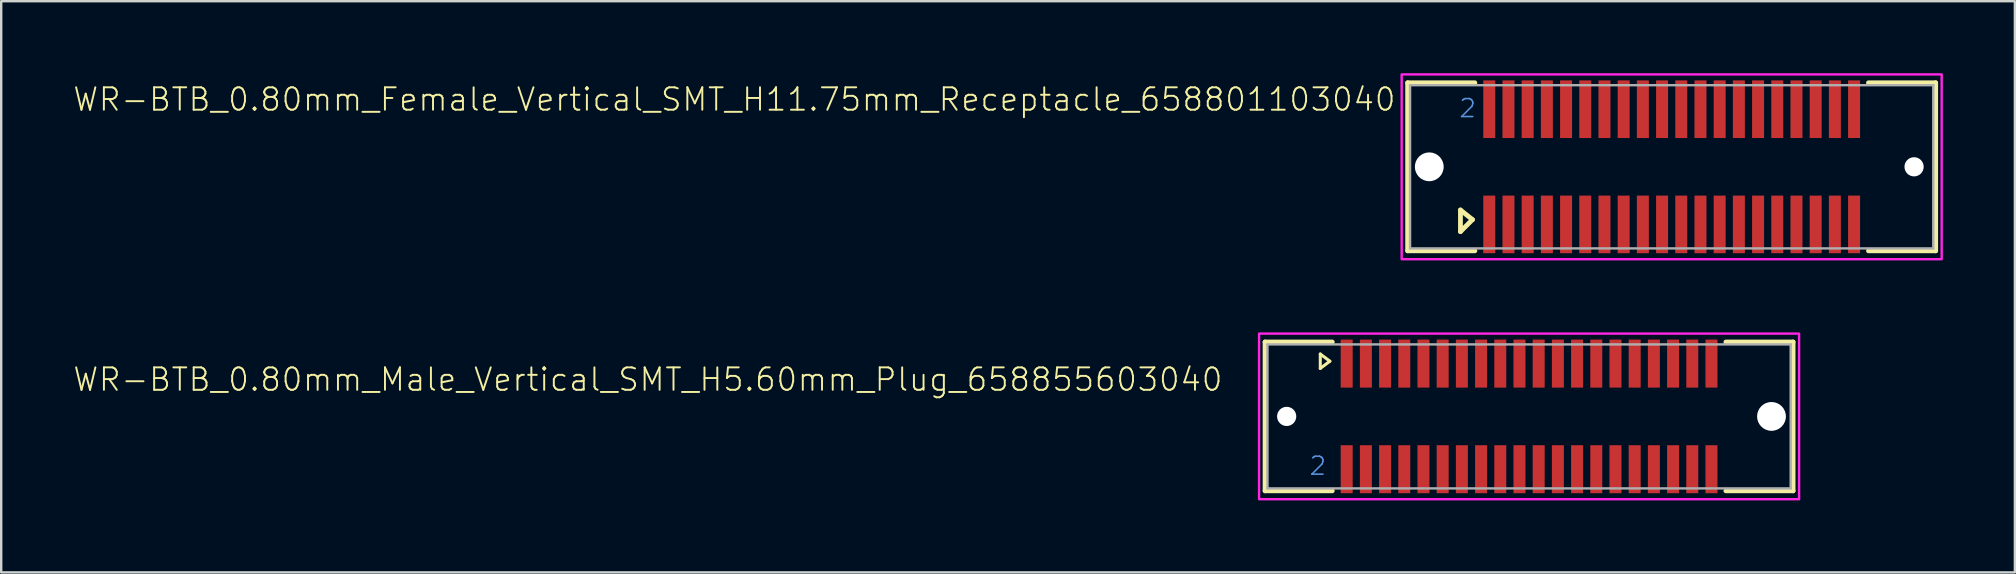
<source format=kicad_pcb>
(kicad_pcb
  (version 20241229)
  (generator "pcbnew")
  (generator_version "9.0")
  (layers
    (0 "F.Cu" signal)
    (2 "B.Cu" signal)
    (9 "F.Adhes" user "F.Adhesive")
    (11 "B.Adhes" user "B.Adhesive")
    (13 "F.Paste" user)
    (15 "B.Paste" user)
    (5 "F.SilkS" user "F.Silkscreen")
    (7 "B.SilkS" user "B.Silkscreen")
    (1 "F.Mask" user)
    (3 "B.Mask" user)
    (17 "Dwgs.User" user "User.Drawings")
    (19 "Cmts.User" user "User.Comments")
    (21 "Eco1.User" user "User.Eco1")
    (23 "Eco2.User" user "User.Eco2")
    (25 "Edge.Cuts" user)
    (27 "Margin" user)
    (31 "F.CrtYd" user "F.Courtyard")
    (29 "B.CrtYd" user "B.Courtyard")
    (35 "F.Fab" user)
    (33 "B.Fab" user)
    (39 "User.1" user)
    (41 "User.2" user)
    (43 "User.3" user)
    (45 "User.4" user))
  (footprint "WR-BTB_0.80mm_Female_Vertical_SMT_H11.75mm_Receptacle_658801103040"
    (layer "F.Cu")
    (at 66.601 3.9)
    (property "Reference" "WR-BTB_0.80mm_Female_Vertical_SMT_H11.75mm_Receptacle_658801103040" (at -11.44 -2.26 0) (layer "F.SilkS") (effects (font (size 0.935 0.935) (thickness 0.081)) (justify right bottom)))
    (fp_line (start -11 -3.5) (end -11 3.5) (stroke (width 0.2) (type solid)) (layer "F.SilkS"))
    (fp_line (start -11 3.5) (end -8.2 3.5) (stroke (width 0.2) (type solid)) (layer "F.SilkS"))
    (fp_line (start -8.8 1.8) (end -8.8 2.7) (stroke (width 0.2) (type solid)) (layer "F.SilkS"))
    (fp_line (start -8.8 2.7) (end -8.3 2.2) (stroke (width 0.2) (type solid)) (layer "F.SilkS"))
    (fp_line (start -8.3 2.2) (end -8.8 1.8) (stroke (width 0.2) (type solid)) (layer "F.SilkS"))
    (fp_line (start -8.2 -3.5) (end -11 -3.5) (stroke (width 0.2) (type solid)) (layer "F.SilkS"))
    (fp_line (start 8.2 -3.5) (end 11 -3.5) (stroke (width 0.2) (type solid)) (layer "F.SilkS"))
    (fp_line (start 11 -3.5) (end 11 3.5) (stroke (width 0.2) (type solid)) (layer "F.SilkS"))
    (fp_line (start 11 3.5) (end 8.2 3.5) (stroke (width 0.2) (type solid)) (layer "F.SilkS"))
    (fp_poly (pts (xy 11.25 3.85) (xy -11.25 3.85) (xy -11.25 -3.85) (xy 11.25 -3.85)) (stroke (width 0.1) (type solid)) (fill no) (layer "F.CrtYd"))
    (fp_line (start -10.9 -3.4) (end 10.9 -3.4) (stroke (width 0.1) (type solid)) (layer "F.Fab"))
    (fp_line (start -10.9 3.4) (end -10.9 -3.4) (stroke (width 0.1) (type solid)) (layer "F.Fab"))
    (fp_line (start 10.9 -3.4) (end 10.9 3.4) (stroke (width 0.1) (type solid)) (layer "F.Fab"))
    (fp_line (start 10.9 3.4) (end -10.9 3.4) (stroke (width 0.1) (type solid)) (layer "F.Fab"))
    (fp_text user "2" (at -8.9 -2 0) (layer "Cmts.User") (effects (font (size 0.748 0.748) (thickness 0.065)) (justify left bottom)))
    (pad "" np_thru_hole circle (at -10.1 0) (size 1.2 1.2) (drill 1.2) (layers "*.Cu" "*.Mask"))
    (pad "" np_thru_hole circle (at 10.1 0) (size 0.8 0.8) (drill 0.8) (layers "*.Cu" "*.Mask"))
    (pad "1" smd rect (at -7.6 2.4 270) (size 2.4 0.5) (layers "F.Cu" "F.Mask" "F.Paste"))
    (pad "2" smd rect (at -7.6 -2.4 270) (size 2.4 0.5) (layers "F.Cu" "F.Mask" "F.Paste"))
    (pad "3" smd rect (at -6.8 2.4 270) (size 2.4 0.5) (layers "F.Cu" "F.Mask" "F.Paste"))
    (pad "4" smd rect (at -6.8 -2.4 270) (size 2.4 0.5) (layers "F.Cu" "F.Mask" "F.Paste"))
    (pad "5" smd rect (at -6 2.4 270) (size 2.4 0.5) (layers "F.Cu" "F.Mask" "F.Paste"))
    (pad "6" smd rect (at -6 -2.4 270) (size 2.4 0.5) (layers "F.Cu" "F.Mask" "F.Paste"))
    (pad "7" smd rect (at -5.2 2.4 270) (size 2.4 0.5) (layers "F.Cu" "F.Mask" "F.Paste"))
    (pad "8" smd rect (at -5.2 -2.4 270) (size 2.4 0.5) (layers "F.Cu" "F.Mask" "F.Paste"))
    (pad "9" smd rect (at -4.4 2.4 270) (size 2.4 0.5) (layers "F.Cu" "F.Mask" "F.Paste"))
    (pad "10" smd rect (at -4.4 -2.4 270) (size 2.4 0.5) (layers "F.Cu" "F.Mask" "F.Paste"))
    (pad "11" smd rect (at -3.6 2.4 270) (size 2.4 0.5) (layers "F.Cu" "F.Mask" "F.Paste"))
    (pad "12" smd rect (at -3.6 -2.4 270) (size 2.4 0.5) (layers "F.Cu" "F.Mask" "F.Paste"))
    (pad "13" smd rect (at -2.8 2.4 270) (size 2.4 0.5) (layers "F.Cu" "F.Mask" "F.Paste"))
    (pad "14" smd rect (at -2.8 -2.4 270) (size 2.4 0.5) (layers "F.Cu" "F.Mask" "F.Paste"))
    (pad "15" smd rect (at -2 2.4 270) (size 2.4 0.5) (layers "F.Cu" "F.Mask" "F.Paste"))
    (pad "16" smd rect (at -2 -2.4 270) (size 2.4 0.5) (layers "F.Cu" "F.Mask" "F.Paste"))
    (pad "17" smd rect (at -1.2 2.4 270) (size 2.4 0.5) (layers "F.Cu" "F.Mask" "F.Paste"))
    (pad "18" smd rect (at -1.2 -2.4 270) (size 2.4 0.5) (layers "F.Cu" "F.Mask" "F.Paste"))
    (pad "19" smd rect (at -0.4 2.4 270) (size 2.4 0.5) (layers "F.Cu" "F.Mask" "F.Paste"))
    (pad "20" smd rect (at -0.4 -2.4 270) (size 2.4 0.5) (layers "F.Cu" "F.Mask" "F.Paste"))
    (pad "21" smd rect (at 0.4 2.4 270) (size 2.4 0.5) (layers "F.Cu" "F.Mask" "F.Paste"))
    (pad "22" smd rect (at 0.4 -2.4 270) (size 2.4 0.5) (layers "F.Cu" "F.Mask" "F.Paste"))
    (pad "23" smd rect (at 1.2 2.4 270) (size 2.4 0.5) (layers "F.Cu" "F.Mask" "F.Paste"))
    (pad "24" smd rect (at 1.2 -2.4 270) (size 2.4 0.5) (layers "F.Cu" "F.Mask" "F.Paste"))
    (pad "25" smd rect (at 2 2.4 270) (size 2.4 0.5) (layers "F.Cu" "F.Mask" "F.Paste"))
    (pad "26" smd rect (at 2 -2.4 270) (size 2.4 0.5) (layers "F.Cu" "F.Mask" "F.Paste"))
    (pad "27" smd rect (at 2.8 2.4 270) (size 2.4 0.5) (layers "F.Cu" "F.Mask" "F.Paste"))
    (pad "28" smd rect (at 2.8 -2.4 270) (size 2.4 0.5) (layers "F.Cu" "F.Mask" "F.Paste"))
    (pad "29" smd rect (at 3.6 2.4 270) (size 2.4 0.5) (layers "F.Cu" "F.Mask" "F.Paste"))
    (pad "30" smd rect (at 3.6 -2.4 270) (size 2.4 0.5) (layers "F.Cu" "F.Mask" "F.Paste"))
    (pad "31" smd rect (at 4.4 2.4 270) (size 2.4 0.5) (layers "F.Cu" "F.Mask" "F.Paste"))
    (pad "32" smd rect (at 4.4 -2.4 270) (size 2.4 0.5) (layers "F.Cu" "F.Mask" "F.Paste"))
    (pad "33" smd rect (at 5.2 2.4 270) (size 2.4 0.5) (layers "F.Cu" "F.Mask" "F.Paste"))
    (pad "34" smd rect (at 5.2 -2.4 270) (size 2.4 0.5) (layers "F.Cu" "F.Mask" "F.Paste"))
    (pad "35" smd rect (at 6 2.4 270) (size 2.4 0.5) (layers "F.Cu" "F.Mask" "F.Paste"))
    (pad "36" smd rect (at 6 -2.4 270) (size 2.4 0.5) (layers "F.Cu" "F.Mask" "F.Paste"))
    (pad "37" smd rect (at 6.8 2.4 270) (size 2.4 0.5) (layers "F.Cu" "F.Mask" "F.Paste"))
    (pad "38" smd rect (at 6.8 -2.4 270) (size 2.4 0.5) (layers "F.Cu" "F.Mask" "F.Paste"))
    (pad "39" smd rect (at 7.6 2.4 270) (size 2.4 0.5) (layers "F.Cu" "F.Mask" "F.Paste"))
    (pad "40" smd rect (at 7.6 -2.4 270) (size 2.4 0.5) (layers "F.Cu" "F.Mask" "F.Paste")))
  (footprint "WR-BTB_0.80mm_Male_Vertical_SMT_H5.60mm_Plug_658855603040"
    (layer "F.Cu")
    (at 60.66 14.3)
    (property "Reference" "WR-BTB_0.80mm_Male_Vertical_SMT_H5.60mm_Plug_658855603040" (at -12.71 -0.99 0) (layer "F.SilkS") (effects (font (size 0.935 0.935) (thickness 0.081)) (justify right bottom)))
    (fp_line (start -11 -3.1) (end -11 3.1) (stroke (width 0.2) (type solid)) (layer "F.SilkS"))
    (fp_line (start -11 3.1) (end -8.2 3.1) (stroke (width 0.2) (type solid)) (layer "F.SilkS"))
    (fp_line (start -8.7 -2.6) (end -8.7 -2) (stroke (width 0.127) (type solid)) (layer "F.SilkS"))
    (fp_line (start -8.7 -2) (end -8.3 -2.3) (stroke (width 0.127) (type solid)) (layer "F.SilkS"))
    (fp_line (start -8.3 -2.3) (end -8.7 -2.6) (stroke (width 0.127) (type solid)) (layer "F.SilkS"))
    (fp_line (start -8.2 -3.1) (end -11 -3.1) (stroke (width 0.2) (type solid)) (layer "F.SilkS"))
    (fp_line (start 8.2 -3.1) (end 11 -3.1) (stroke (width 0.2) (type solid)) (layer "F.SilkS"))
    (fp_line (start 11 -3.1) (end 11 3.1) (stroke (width 0.2) (type solid)) (layer "F.SilkS"))
    (fp_line (start 11 3.1) (end 8.2 3.1) (stroke (width 0.2) (type solid)) (layer "F.SilkS"))
    (fp_poly (pts (xy 11.25 3.45) (xy -11.25 3.45) (xy -11.25 -3.45) (xy 11.25 -3.45)) (stroke (width 0.1) (type solid)) (fill no) (layer "F.CrtYd"))
    (fp_line (start -10.9 -3) (end 10.9 -3) (stroke (width 0.1) (type solid)) (layer "F.Fab"))
    (fp_line (start -10.9 3) (end -10.9 -3) (stroke (width 0.1) (type solid)) (layer "F.Fab"))
    (fp_line (start 10.9 -3) (end 10.9 3) (stroke (width 0.1) (type solid)) (layer "F.Fab"))
    (fp_line (start 10.9 3) (end -10.9 3) (stroke (width 0.1) (type solid)) (layer "F.Fab"))
    (fp_text user "2" (at -9.2 2.5 0) (layer "Cmts.User") (effects (font (size 0.748 0.748) (thickness 0.065)) (justify left bottom)))
    (pad "" np_thru_hole circle (at -10.1 0) (size 0.8 0.8) (drill 0.8) (layers "*.Cu" "*.Mask"))
    (pad "" np_thru_hole circle (at 10.1 0) (size 1.2 1.2) (drill 1.2) (layers "*.Cu" "*.Mask"))
    (pad "1" smd rect (at -7.6 -2.2 90) (size 2 0.5) (layers "F.Cu" "F.Mask" "F.Paste"))
    (pad "2" smd rect (at -7.6 2.2 90) (size 2 0.5) (layers "F.Cu" "F.Mask" "F.Paste"))
    (pad "3" smd rect (at -6.8 -2.2 90) (size 2 0.5) (layers "F.Cu" "F.Mask" "F.Paste"))
    (pad "4" smd rect (at -6.8 2.2 90) (size 2 0.5) (layers "F.Cu" "F.Mask" "F.Paste"))
    (pad "5" smd rect (at -6 -2.2 90) (size 2 0.5) (layers "F.Cu" "F.Mask" "F.Paste"))
    (pad "6" smd rect (at -6 2.2 90) (size 2 0.5) (layers "F.Cu" "F.Mask" "F.Paste"))
    (pad "7" smd rect (at -5.2 -2.2 90) (size 2 0.5) (layers "F.Cu" "F.Mask" "F.Paste"))
    (pad "8" smd rect (at -5.2 2.2 90) (size 2 0.5) (layers "F.Cu" "F.Mask" "F.Paste"))
    (pad "9" smd rect (at -4.4 -2.2 90) (size 2 0.5) (layers "F.Cu" "F.Mask" "F.Paste"))
    (pad "10" smd rect (at -4.4 2.2 90) (size 2 0.5) (layers "F.Cu" "F.Mask" "F.Paste"))
    (pad "11" smd rect (at -3.6 -2.2 90) (size 2 0.5) (layers "F.Cu" "F.Mask" "F.Paste"))
    (pad "12" smd rect (at -3.6 2.2 90) (size 2 0.5) (layers "F.Cu" "F.Mask" "F.Paste"))
    (pad "13" smd rect (at -2.8 -2.2 90) (size 2 0.5) (layers "F.Cu" "F.Mask" "F.Paste"))
    (pad "14" smd rect (at -2.8 2.2 90) (size 2 0.5) (layers "F.Cu" "F.Mask" "F.Paste"))
    (pad "15" smd rect (at -2 -2.2 90) (size 2 0.5) (layers "F.Cu" "F.Mask" "F.Paste"))
    (pad "16" smd rect (at -2 2.2 90) (size 2 0.5) (layers "F.Cu" "F.Mask" "F.Paste"))
    (pad "17" smd rect (at -1.2 -2.2 90) (size 2 0.5) (layers "F.Cu" "F.Mask" "F.Paste"))
    (pad "18" smd rect (at -1.2 2.2 90) (size 2 0.5) (layers "F.Cu" "F.Mask" "F.Paste"))
    (pad "19" smd rect (at -0.4 -2.2 90) (size 2 0.5) (layers "F.Cu" "F.Mask" "F.Paste"))
    (pad "20" smd rect (at -0.4 2.2 90) (size 2 0.5) (layers "F.Cu" "F.Mask" "F.Paste"))
    (pad "21" smd rect (at 0.4 -2.2 90) (size 2 0.5) (layers "F.Cu" "F.Mask" "F.Paste"))
    (pad "22" smd rect (at 0.4 2.2 90) (size 2 0.5) (layers "F.Cu" "F.Mask" "F.Paste"))
    (pad "23" smd rect (at 1.2 -2.2 90) (size 2 0.5) (layers "F.Cu" "F.Mask" "F.Paste"))
    (pad "24" smd rect (at 1.2 2.2 90) (size 2 0.5) (layers "F.Cu" "F.Mask" "F.Paste"))
    (pad "25" smd rect (at 2 -2.2 90) (size 2 0.5) (layers "F.Cu" "F.Mask" "F.Paste"))
    (pad "26" smd rect (at 2 2.2 90) (size 2 0.5) (layers "F.Cu" "F.Mask" "F.Paste"))
    (pad "27" smd rect (at 2.8 -2.2 90) (size 2 0.5) (layers "F.Cu" "F.Mask" "F.Paste"))
    (pad "28" smd rect (at 2.8 2.2 90) (size 2 0.5) (layers "F.Cu" "F.Mask" "F.Paste"))
    (pad "29" smd rect (at 3.6 -2.2 90) (size 2 0.5) (layers "F.Cu" "F.Mask" "F.Paste"))
    (pad "30" smd rect (at 3.6 2.2 90) (size 2 0.5) (layers "F.Cu" "F.Mask" "F.Paste"))
    (pad "31" smd rect (at 4.4 -2.2 90) (size 2 0.5) (layers "F.Cu" "F.Mask" "F.Paste"))
    (pad "32" smd rect (at 4.4 2.2 90) (size 2 0.5) (layers "F.Cu" "F.Mask" "F.Paste"))
    (pad "33" smd rect (at 5.2 -2.2 90) (size 2 0.5) (layers "F.Cu" "F.Mask" "F.Paste"))
    (pad "34" smd rect (at 5.2 2.2 90) (size 2 0.5) (layers "F.Cu" "F.Mask" "F.Paste"))
    (pad "35" smd rect (at 6 -2.2 90) (size 2 0.5) (layers "F.Cu" "F.Mask" "F.Paste"))
    (pad "36" smd rect (at 6 2.2 90) (size 2 0.5) (layers "F.Cu" "F.Mask" "F.Paste"))
    (pad "37" smd rect (at 6.8 -2.2 90) (size 2 0.5) (layers "F.Cu" "F.Mask" "F.Paste"))
    (pad "38" smd rect (at 6.8 2.2 90) (size 2 0.5) (layers "F.Cu" "F.Mask" "F.Paste"))
    (pad "39" smd rect (at 7.6 -2.2 90) (size 2 0.5) (layers "F.Cu" "F.Mask" "F.Paste"))
    (pad "40" smd rect (at 7.6 2.2 90) (size 2 0.5) (layers "F.Cu" "F.Mask" "F.Paste")))
  (gr_rect
    (start -3 -3)
    (end 80.901 20.8)
    (stroke (width 0.1) (type default))
    (fill no)
    (layer "Edge.Cuts")))
</source>
